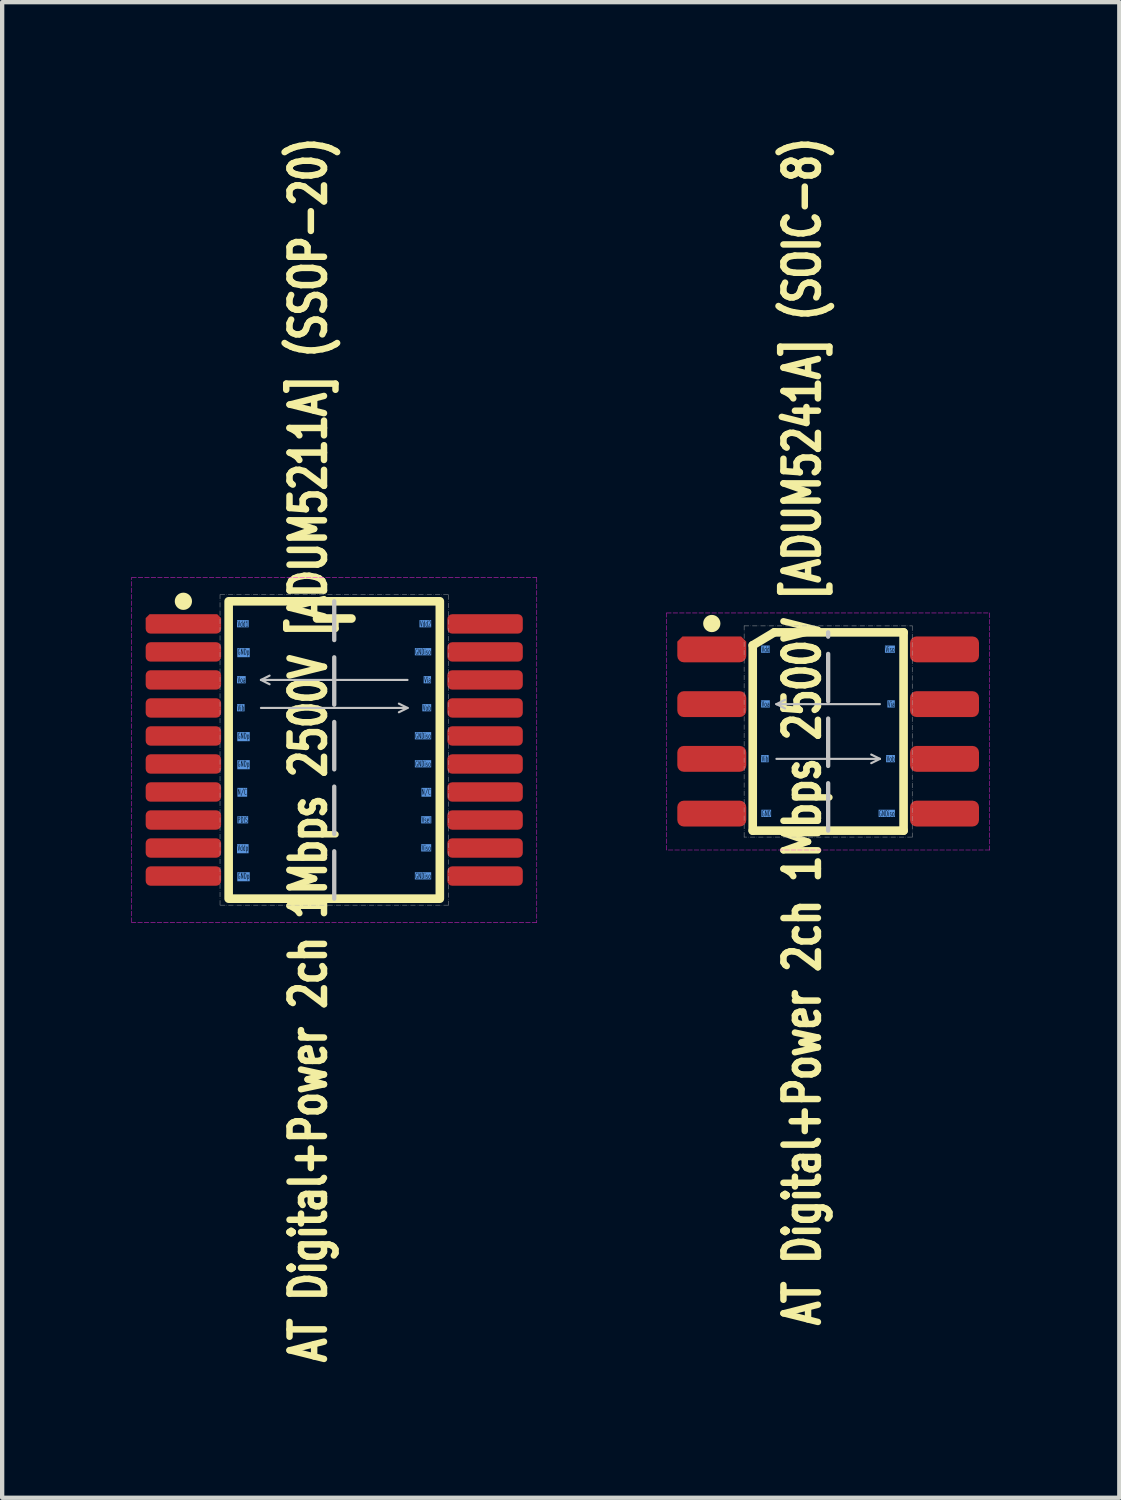
<source format=kicad_pcb>
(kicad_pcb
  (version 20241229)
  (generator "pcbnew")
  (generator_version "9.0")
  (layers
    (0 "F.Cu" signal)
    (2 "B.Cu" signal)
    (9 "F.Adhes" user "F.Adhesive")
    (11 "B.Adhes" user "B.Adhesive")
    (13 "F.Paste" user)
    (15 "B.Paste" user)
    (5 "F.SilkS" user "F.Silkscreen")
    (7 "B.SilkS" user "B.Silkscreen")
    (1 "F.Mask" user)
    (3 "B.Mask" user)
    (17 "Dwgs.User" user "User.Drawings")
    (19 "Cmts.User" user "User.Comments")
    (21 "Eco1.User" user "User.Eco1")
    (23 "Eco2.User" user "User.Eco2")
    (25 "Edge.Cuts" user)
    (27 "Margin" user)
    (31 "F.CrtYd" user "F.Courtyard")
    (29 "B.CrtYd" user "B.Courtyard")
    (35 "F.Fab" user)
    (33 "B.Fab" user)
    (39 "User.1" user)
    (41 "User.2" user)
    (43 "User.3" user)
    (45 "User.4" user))
  (footprint "AT Digital+Power 2ch 1Mbps 2500V [ADUM5241A] (SOIC-8)"
    (layer "F.Cu")
    (at 16.165 13.922)
    (property "Reference" "AT Digital+Power 2ch 1Mbps 2500V [ADUM5241A] (SOIC-8)" (at -0.6 0 90) (layer "F.SilkS") (effects (font (size 0.8 0.6) (thickness 0.15))))
    (attr smd)
    (fp_line (start -1.75 -2) (end -1.25 -2.3) (stroke (width 0.2) (type default)) (layer "F.SilkS"))
    (fp_line (start -1.75 2.3) (end -1.75 -2) (stroke (width 0.2) (type default)) (layer "F.SilkS"))
    (fp_line (start -1.25 -2.3) (end 1.75 -2.3) (stroke (width 0.2) (type default)) (layer "F.SilkS"))
    (fp_line (start 1.75 -2.3) (end 1.75 2.3) (stroke (width 0.2) (type default)) (layer "F.SilkS"))
    (fp_line (start 1.75 2.3) (end -1.75 2.3) (stroke (width 0.2) (type default)) (layer "F.SilkS"))
    (fp_circle (center -2.7 -2.505) (end -2.55 -2.505) (stroke (width 0.1) (type solid)) (fill yes) (layer "F.SilkS"))
    (fp_line (start -1 -0.735) (end -1.2 -0.635) (stroke (width 0.05) (type default)) (layer "Dwgs.User"))
    (fp_line (start -1 -0.535) (end -1.2 -0.635) (stroke (width 0.05) (type default)) (layer "Dwgs.User"))
    (fp_line (start 0 2.3) (end 0 -2.3) (stroke (width 0.1) (type dash)) (layer "Dwgs.User"))
    (fp_line (start 1 0.535) (end 1.2 0.635) (stroke (width 0.05) (type default)) (layer "Dwgs.User"))
    (fp_line (start 1 0.735) (end 1.2 0.635) (stroke (width 0.05) (type default)) (layer "Dwgs.User"))
    (fp_line (start 1.2 -0.635) (end -1.2 -0.635) (stroke (width 0.05) (type default)) (layer "Dwgs.User"))
    (fp_line (start 1.2 0.635) (end -1.2 0.635) (stroke (width 0.05) (type default)) (layer "Dwgs.User"))
    (fp_rect (start -3.75 -2.75) (end 3.75 2.75) (stroke (width 0.01) (type dash)) (fill no) (layer "F.CrtYd"))
    (fp_rect (start -1.95 -2.45) (end 1.95 2.45) (stroke (width 0.01) (type dash_dot)) (fill no) (layer "F.Fab"))
    (fp_text user "Vib" (at -1.55 0.635 0) (layer "Cmts.User" knockout) (effects (font (size 0.13 0.07) (thickness 0.01)) (justify left)))
    (fp_text user "GND" (at -1.55 1.905 0) (layer "Cmts.User" knockout) (effects (font (size 0.13 0.07) (thickness 0.01)) (justify left)))
    (fp_text user "GNDiso" (at 1.55 1.905 0) (layer "Cmts.User" knockout) (effects (font (size 0.13 0.07) (thickness 0.01) (bold yes)) (justify right)))
    (fp_text user "Vdd" (at -1.55 -1.905 0) (layer "Cmts.User" knockout) (effects (font (size 0.13 0.07) (thickness 0.01)) (justify left)))
    (fp_text user "Vob" (at 1.55 0.635 0) (layer "Cmts.User" knockout) (effects (font (size 0.13 0.07) (thickness 0.01)) (justify right)))
    (fp_text user "Viso" (at 1.55 -1.905 0) (layer "Cmts.User" knockout) (effects (font (size 0.13 0.07) (thickness 0.01) (bold yes)) (justify right)))
    (fp_text user "Voa" (at -1.55 -0.635 0) (layer "Cmts.User" knockout) (effects (font (size 0.13 0.07) (thickness 0.01)) (justify left)))
    (fp_text user "Via" (at 1.55 -0.635 0) (layer "Cmts.User" knockout) (effects (font (size 0.13 0.07) (thickness 0.01)) (justify right)))
    (pad "1" smd roundrect (at -2.7 -1.905) (size 1.6 0.6) (layers "F.Cu" "F.Mask" "F.Paste") (roundrect_rratio 0.25) (chamfer_ratio 0.2) (chamfer top_left top_right))
    (pad "2" smd roundrect (at -2.7 -0.635) (size 1.6 0.6) (layers "F.Cu" "F.Mask" "F.Paste") (roundrect_rratio 0.25))
    (pad "3" smd roundrect (at -2.7 0.635) (size 1.6 0.6) (layers "F.Cu" "F.Mask" "F.Paste") (roundrect_rratio 0.25))
    (pad "4" smd roundrect (at -2.7 1.905) (size 1.6 0.6) (layers "F.Cu" "F.Mask" "F.Paste") (roundrect_rratio 0.25))
    (pad "5" smd roundrect (at 2.7 1.905) (size 1.6 0.6) (layers "F.Cu" "F.Mask" "F.Paste") (roundrect_rratio 0.25))
    (pad "6" smd roundrect (at 2.7 0.635) (size 1.6 0.6) (layers "F.Cu" "F.Mask" "F.Paste") (roundrect_rratio 0.25))
    (pad "7" smd roundrect (at 2.7 -0.635) (size 1.6 0.6) (layers "F.Cu" "F.Mask" "F.Paste") (roundrect_rratio 0.25))
    (pad "8" smd roundrect (at 2.7 -1.905) (size 1.6 0.6) (layers "F.Cu" "F.Mask" "F.Paste") (roundrect_rratio 0.25)))
  (footprint "AT Digital+Power 2ch 1Mbps 2500V [ADUM5211A] (SSOP-20)"
    (layer "F.Cu")
    (at 4.705 14.351)
    (property "Reference" "AT Digital+Power 2ch 1Mbps 2500V [ADUM5211A] (SSOP-20)" (at -0.6 0 90) (layer "F.SilkS") (effects (font (size 0.8 0.6) (thickness 0.15))))
    (attr smd)
    (fp_line (start -0.4 -3.05) (end 0.4 -3.05) (stroke (width 0.2) (type default)) (layer "F.SilkS"))
    (fp_rect (start -2.45 -3.45) (end 2.45 3.45) (stroke (width 0.2) (type default)) (fill no) (layer "F.SilkS"))
    (fp_circle (center -3.5 -3.45) (end -3.35 -3.45) (stroke (width 0.1) (type solid)) (fill yes) (layer "F.SilkS"))
    (fp_line (start -1.5 -1.725) (end -1.7 -1.625) (stroke (width 0.05) (type default)) (layer "Dwgs.User"))
    (fp_line (start -1.5 -1.525) (end -1.7 -1.625) (stroke (width 0.05) (type default)) (layer "Dwgs.User"))
    (fp_line (start 0 3.45) (end 0 -3.45) (stroke (width 0.1) (type dash)) (layer "Dwgs.User"))
    (fp_line (start 1.5 -1.075) (end 1.7 -0.975) (stroke (width 0.05) (type default)) (layer "Dwgs.User"))
    (fp_line (start 1.5 -0.875) (end 1.7 -0.975) (stroke (width 0.05) (type default)) (layer "Dwgs.User"))
    (fp_line (start 1.7 -1.625) (end -1.7 -1.625) (stroke (width 0.05) (type default)) (layer "Dwgs.User"))
    (fp_line (start 1.7 -0.975) (end -1.7 -0.975) (stroke (width 0.05) (type default)) (layer "Dwgs.User"))
    (fp_rect (start -4.7 -4) (end 4.7 4) (stroke (width 0.01) (type dash)) (fill no) (layer "F.CrtYd"))
    (fp_rect (start -2.65 -3.6) (end 2.65 3.6) (stroke (width 0.01) (type dash_dot)) (fill no) (layer "F.Fab"))
    (fp_text user "GNDiso" (at 2.25 -0.325 0) (layer "Cmts.User" knockout) (effects (font (size 0.13 0.07) (thickness 0.01)) (justify right)))
    (fp_text user "Vdd1" (at -2.25 -2.925 0) (layer "Cmts.User" knockout) (effects (font (size 0.13 0.07) (thickness 0.01)) (justify left)))
    (fp_text user "Vob" (at 2.25 -0.975 0) (layer "Cmts.User" knockout) (effects (font (size 0.13 0.07) (thickness 0.01)) (justify right)))
    (fp_text user "GNDp" (at -2.25 0.325 0) (layer "Cmts.User" knockout) (effects (font (size 0.13 0.07) (thickness 0.01) (bold yes)) (justify left)))
    (fp_text user "Voa" (at -2.25 -1.625 0) (layer "Cmts.User" knockout) (effects (font (size 0.13 0.07) (thickness 0.01)) (justify left)))
    (fp_text user "Vib" (at -2.25 -0.975 0) (layer "Cmts.User" knockout) (effects (font (size 0.13 0.07) (thickness 0.01) (bold yes)) (justify left)))
    (fp_text user "Vddp" (at -2.25 2.275 0) (layer "Cmts.User" knockout) (effects (font (size 0.13 0.07) (thickness 0.01)) (justify left)))
    (fp_text user "N/C" (at -2.25 0.975 0) (layer "Cmts.User" knockout) (effects (font (size 0.13 0.07) (thickness 0.01)) (justify left)))
    (fp_text user "PDIS" (at -2.25 1.625 0) (layer "Cmts.User" knockout) (effects (font (size 0.13 0.07) (thickness 0.01)) (justify left)))
    (fp_text user "Vsel" (at 2.25 1.625 0) (layer "Cmts.User" knockout) (effects (font (size 0.13 0.07) (thickness 0.01) (bold yes)) (justify right)))
    (fp_text user "Via" (at 2.25 -1.625 0) (layer "Cmts.User" knockout) (effects (font (size 0.13 0.07) (thickness 0.01)) (justify right)))
    (fp_text user "GNDiso" (at 2.25 2.925 0) (layer "Cmts.User" knockout) (effects (font (size 0.13 0.07) (thickness 0.01)) (justify right)))
    (fp_text user "N/C" (at 2.25 0.975 0) (layer "Cmts.User" knockout) (effects (font (size 0.13 0.07) (thickness 0.01) (bold yes)) (justify right)))
    (fp_text user "GNDp" (at -2.25 -2.275 0) (layer "Cmts.User" knockout) (effects (font (size 0.13 0.07) (thickness 0.01)) (justify left)))
    (fp_text user "GNDp" (at -2.25 -0.325 0) (layer "Cmts.User" knockout) (effects (font (size 0.13 0.07) (thickness 0.01)) (justify left)))
    (fp_text user "Vdd2" (at 2.25 -2.925 0) (layer "Cmts.User" knockout) (effects (font (size 0.13 0.07) (thickness 0.01)) (justify right)))
    (fp_text user "GNDp" (at -2.25 2.925 0) (layer "Cmts.User" knockout) (effects (font (size 0.13 0.07) (thickness 0.01)) (justify left)))
    (fp_text user "Viso" (at 2.25 2.275 0) (layer "Cmts.User" knockout) (effects (font (size 0.13 0.07) (thickness 0.01)) (justify right)))
    (fp_text user "GNDiso" (at 2.25 -2.275 0) (layer "Cmts.User" knockout) (effects (font (size 0.13 0.07) (thickness 0.01)) (justify right)))
    (fp_text user "GNDiso" (at 2.25 0.325 0) (layer "Cmts.User" knockout) (effects (font (size 0.13 0.07) (thickness 0.01)) (justify right)))
    (pad "1" smd roundrect (at -3.5 -2.925) (size 1.75 0.45) (layers "F.Cu" "F.Mask" "F.Paste") (roundrect_rratio 0.25) (chamfer_ratio 0.2) (chamfer top_left top_right))
    (pad "2" smd roundrect (at -3.5 -2.275) (size 1.75 0.45) (layers "F.Cu" "F.Mask" "F.Paste") (roundrect_rratio 0.25))
    (pad "3" smd roundrect (at -3.5 -1.625) (size 1.75 0.45) (layers "F.Cu" "F.Mask" "F.Paste") (roundrect_rratio 0.25))
    (pad "4" smd roundrect (at -3.5 -0.975) (size 1.75 0.45) (layers "F.Cu" "F.Mask" "F.Paste") (roundrect_rratio 0.25))
    (pad "5" smd roundrect (at -3.5 -0.325) (size 1.75 0.45) (layers "F.Cu" "F.Mask" "F.Paste") (roundrect_rratio 0.25))
    (pad "6" smd roundrect (at -3.5 0.325) (size 1.75 0.45) (layers "F.Cu" "F.Mask" "F.Paste") (roundrect_rratio 0.25))
    (pad "7" smd roundrect (at -3.5 0.975) (size 1.75 0.45) (layers "F.Cu" "F.Mask" "F.Paste") (roundrect_rratio 0.25))
    (pad "8" smd roundrect (at -3.5 1.625) (size 1.75 0.45) (layers "F.Cu" "F.Mask" "F.Paste") (roundrect_rratio 0.25))
    (pad "9" smd roundrect (at -3.5 2.275) (size 1.75 0.45) (layers "F.Cu" "F.Mask" "F.Paste") (roundrect_rratio 0.25))
    (pad "10" smd roundrect (at -3.5 2.925) (size 1.75 0.45) (layers "F.Cu" "F.Mask" "F.Paste") (roundrect_rratio 0.25))
    (pad "11" smd roundrect (at 3.5 2.925) (size 1.75 0.45) (layers "F.Cu" "F.Mask" "F.Paste") (roundrect_rratio 0.25))
    (pad "12" smd roundrect (at 3.5 2.275) (size 1.75 0.45) (layers "F.Cu" "F.Mask" "F.Paste") (roundrect_rratio 0.25))
    (pad "13" smd roundrect (at 3.5 1.625) (size 1.75 0.45) (layers "F.Cu" "F.Mask" "F.Paste") (roundrect_rratio 0.25))
    (pad "14" smd roundrect (at 3.5 0.975) (size 1.75 0.45) (layers "F.Cu" "F.Mask" "F.Paste") (roundrect_rratio 0.25))
    (pad "15" smd roundrect (at 3.5 0.325) (size 1.75 0.45) (layers "F.Cu" "F.Mask" "F.Paste") (roundrect_rratio 0.25))
    (pad "16" smd roundrect (at 3.5 -0.325) (size 1.75 0.45) (layers "F.Cu" "F.Mask" "F.Paste") (roundrect_rratio 0.25))
    (pad "17" smd roundrect (at 3.5 -0.975) (size 1.75 0.45) (layers "F.Cu" "F.Mask" "F.Paste") (roundrect_rratio 0.25))
    (pad "18" smd roundrect (at 3.5 -1.625) (size 1.75 0.45) (layers "F.Cu" "F.Mask" "F.Paste") (roundrect_rratio 0.25))
    (pad "19" smd roundrect (at 3.5 -2.275) (size 1.75 0.45) (layers "F.Cu" "F.Mask" "F.Paste") (roundrect_rratio 0.25))
    (pad "20" smd roundrect (at 3.5 -2.925) (size 1.75 0.45) (layers "F.Cu" "F.Mask" "F.Paste") (roundrect_rratio 0.25)))
  (gr_rect
    (start -3 -3)
    (end 22.92 31.701)
    (stroke (width 0.1) (type default))
    (fill no)
    (layer "Edge.Cuts")))
</source>
